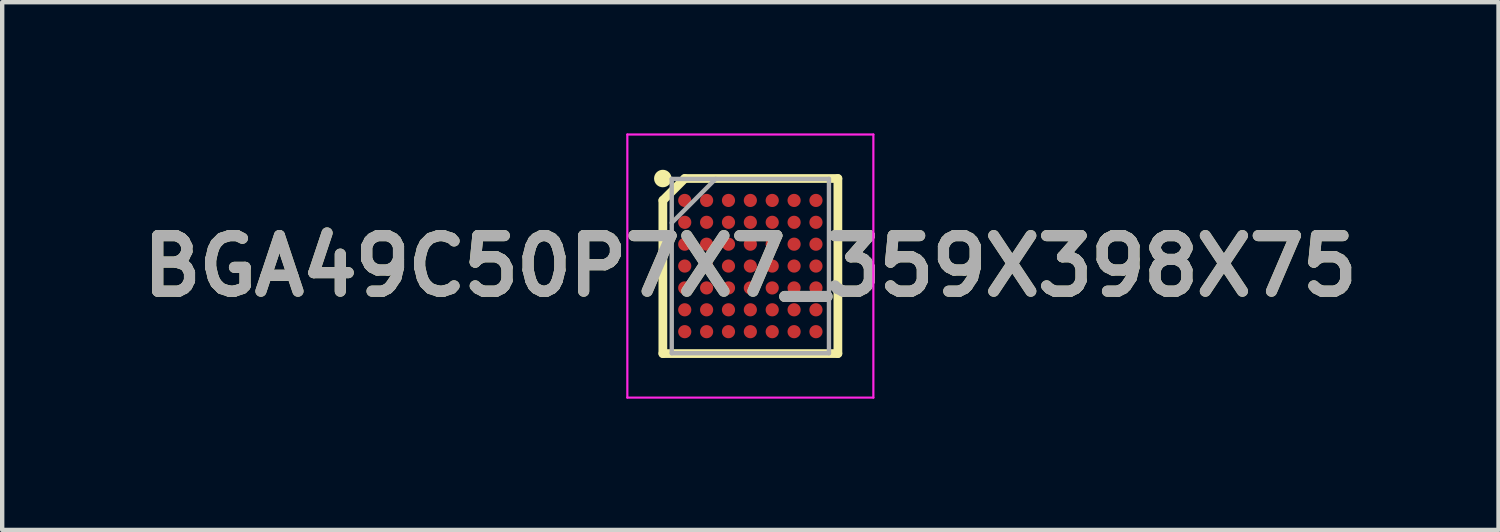
<source format=kicad_pcb>
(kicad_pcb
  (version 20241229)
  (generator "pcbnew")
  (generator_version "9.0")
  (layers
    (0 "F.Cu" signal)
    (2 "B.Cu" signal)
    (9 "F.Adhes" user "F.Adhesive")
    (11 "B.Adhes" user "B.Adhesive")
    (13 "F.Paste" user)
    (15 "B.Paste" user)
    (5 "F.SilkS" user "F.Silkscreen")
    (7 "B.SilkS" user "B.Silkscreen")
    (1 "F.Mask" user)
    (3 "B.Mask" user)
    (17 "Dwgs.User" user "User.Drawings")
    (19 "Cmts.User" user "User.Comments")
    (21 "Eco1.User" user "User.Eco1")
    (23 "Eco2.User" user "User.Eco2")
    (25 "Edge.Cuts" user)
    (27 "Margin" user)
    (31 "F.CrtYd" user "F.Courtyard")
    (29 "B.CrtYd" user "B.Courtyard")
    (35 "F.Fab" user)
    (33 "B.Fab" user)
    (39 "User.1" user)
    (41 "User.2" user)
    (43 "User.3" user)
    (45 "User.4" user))
  (footprint "BGA49C50P7X7_359X398X75"
    (layer "F.Cu")
    (at 14.103 3.032)
    (property "Reference" "BGA49C50P7X7_359X398X75" (at 0 0 0) (layer "F.SilkS") (effects (font (size 1.27 1.27) (thickness 0.254))))
    (attr smd)
    (fp_line (start -2 -1.501) (end -1.499 -2.002) (stroke (width 0.2) (type solid)) (layer "F.SilkS"))
    (fp_line (start -2 2) (end -2 -1.501) (stroke (width 0.2) (type solid)) (layer "F.SilkS"))
    (fp_line (start -1.5 -2.001) (end 2.001 -2.001) (stroke (width 0.2) (type solid)) (layer "F.SilkS"))
    (fp_line (start 2.001 -2.001) (end 2.001 2) (stroke (width 0.2) (type solid)) (layer "F.SilkS"))
    (fp_line (start 2.001 2) (end -2 2) (stroke (width 0.2) (type solid)) (layer "F.SilkS"))
    (fp_circle (center -2.001 -2.001) (end -2.001 -1.901) (stroke (width 0.2) (type solid)) (fill no) (layer "F.SilkS"))
    (fp_line (start -2.812 -3.007) (end 2.812 -3.007) (stroke (width 0.05) (type solid)) (layer "F.CrtYd"))
    (fp_line (start -2.812 3.007) (end -2.812 -3.007) (stroke (width 0.05) (type solid)) (layer "F.CrtYd"))
    (fp_line (start 2.812 -3.007) (end 2.812 3.007) (stroke (width 0.05) (type solid)) (layer "F.CrtYd"))
    (fp_line (start 2.812 3.007) (end -2.812 3.007) (stroke (width 0.05) (type solid)) (layer "F.CrtYd"))
    (fp_line (start -1.797 -1.992) (end 1.797 -1.992) (stroke (width 0.1) (type solid)) (layer "F.Fab"))
    (fp_line (start -1.797 -0.988) (end -0.793 -1.992) (stroke (width 0.1) (type solid)) (layer "F.Fab"))
    (fp_line (start -1.797 1.992) (end -1.797 -1.992) (stroke (width 0.1) (type solid)) (layer "F.Fab"))
    (fp_line (start 1.797 -1.992) (end 1.797 1.992) (stroke (width 0.1) (type solid)) (layer "F.Fab"))
    (fp_line (start 1.797 1.992) (end -1.797 1.992) (stroke (width 0.1) (type solid)) (layer "F.Fab"))
    (fp_text user "${REFERENCE}" (at 0 0 0) (layer "F.Fab") (effects (font (size 1.27 1.27) (thickness 0.254))))
    (pad "A1" smd circle (at -1.5 -1.5 90) (size 0.301 0.301) (layers "F.Cu" "F.Mask" "F.Paste"))
    (pad "A2" smd circle (at -1 -1.5 90) (size 0.301 0.301) (layers "F.Cu" "F.Mask" "F.Paste"))
    (pad "A3" smd circle (at -0.5 -1.5 90) (size 0.301 0.301) (layers "F.Cu" "F.Mask" "F.Paste"))
    (pad "A4" smd circle (at 0 -1.5 90) (size 0.301 0.301) (layers "F.Cu" "F.Mask" "F.Paste"))
    (pad "A5" smd circle (at 0.5 -1.5 90) (size 0.301 0.301) (layers "F.Cu" "F.Mask" "F.Paste"))
    (pad "A6" smd circle (at 1 -1.5 90) (size 0.301 0.301) (layers "F.Cu" "F.Mask" "F.Paste"))
    (pad "A7" smd circle (at 1.5 -1.5 90) (size 0.301 0.301) (layers "F.Cu" "F.Mask" "F.Paste"))
    (pad "B1" smd circle (at -1.5 -1 90) (size 0.301 0.301) (layers "F.Cu" "F.Mask" "F.Paste"))
    (pad "B2" smd circle (at -1 -1 90) (size 0.301 0.301) (layers "F.Cu" "F.Mask" "F.Paste"))
    (pad "B3" smd circle (at -0.5 -1 90) (size 0.301 0.301) (layers "F.Cu" "F.Mask" "F.Paste"))
    (pad "B4" smd circle (at 0 -1 90) (size 0.301 0.301) (layers "F.Cu" "F.Mask" "F.Paste"))
    (pad "B5" smd circle (at 0.5 -1 90) (size 0.301 0.301) (layers "F.Cu" "F.Mask" "F.Paste"))
    (pad "B6" smd circle (at 1 -1 90) (size 0.301 0.301) (layers "F.Cu" "F.Mask" "F.Paste"))
    (pad "B7" smd circle (at 1.5 -1 90) (size 0.301 0.301) (layers "F.Cu" "F.Mask" "F.Paste"))
    (pad "C1" smd circle (at -1.5 -0.5 90) (size 0.301 0.301) (layers "F.Cu" "F.Mask" "F.Paste"))
    (pad "C2" smd circle (at -1 -0.5 90) (size 0.301 0.301) (layers "F.Cu" "F.Mask" "F.Paste"))
    (pad "C3" smd circle (at -0.5 -0.5 90) (size 0.301 0.301) (layers "F.Cu" "F.Mask" "F.Paste"))
    (pad "C4" smd circle (at 0 -0.5 90) (size 0.301 0.301) (layers "F.Cu" "F.Mask" "F.Paste"))
    (pad "C5" smd circle (at 0.5 -0.5 90) (size 0.301 0.301) (layers "F.Cu" "F.Mask" "F.Paste"))
    (pad "C6" smd circle (at 1 -0.5 90) (size 0.301 0.301) (layers "F.Cu" "F.Mask" "F.Paste"))
    (pad "C7" smd circle (at 1.5 -0.5 90) (size 0.301 0.301) (layers "F.Cu" "F.Mask" "F.Paste"))
    (pad "D1" smd circle (at -1.5 0 90) (size 0.301 0.301) (layers "F.Cu" "F.Mask" "F.Paste"))
    (pad "D2" smd circle (at -1 0 90) (size 0.301 0.301) (layers "F.Cu" "F.Mask" "F.Paste"))
    (pad "D3" smd circle (at -0.5 0 90) (size 0.301 0.301) (layers "F.Cu" "F.Mask" "F.Paste"))
    (pad "D4" smd circle (at 0 0 90) (size 0.301 0.301) (layers "F.Cu" "F.Mask" "F.Paste"))
    (pad "D5" smd circle (at 0.5 0 90) (size 0.301 0.301) (layers "F.Cu" "F.Mask" "F.Paste"))
    (pad "D6" smd circle (at 1 0 90) (size 0.301 0.301) (layers "F.Cu" "F.Mask" "F.Paste"))
    (pad "D7" smd circle (at 1.5 0 90) (size 0.301 0.301) (layers "F.Cu" "F.Mask" "F.Paste"))
    (pad "E1" smd circle (at -1.5 0.5 90) (size 0.301 0.301) (layers "F.Cu" "F.Mask" "F.Paste"))
    (pad "E2" smd circle (at -1 0.5 90) (size 0.301 0.301) (layers "F.Cu" "F.Mask" "F.Paste"))
    (pad "E3" smd circle (at -0.5 0.5 90) (size 0.301 0.301) (layers "F.Cu" "F.Mask" "F.Paste"))
    (pad "E4" smd circle (at 0 0.5 90) (size 0.301 0.301) (layers "F.Cu" "F.Mask" "F.Paste"))
    (pad "E5" smd circle (at 0.5 0.5 90) (size 0.301 0.301) (layers "F.Cu" "F.Mask" "F.Paste"))
    (pad "E6" smd circle (at 1 0.5 90) (size 0.301 0.301) (layers "F.Cu" "F.Mask" "F.Paste"))
    (pad "E7" smd circle (at 1.5 0.5 90) (size 0.301 0.301) (layers "F.Cu" "F.Mask" "F.Paste"))
    (pad "F1" smd circle (at -1.5 1 90) (size 0.301 0.301) (layers "F.Cu" "F.Mask" "F.Paste"))
    (pad "F2" smd circle (at -1 1 90) (size 0.301 0.301) (layers "F.Cu" "F.Mask" "F.Paste"))
    (pad "F3" smd circle (at -0.5 1 90) (size 0.301 0.301) (layers "F.Cu" "F.Mask" "F.Paste"))
    (pad "F4" smd circle (at 0 1 90) (size 0.301 0.301) (layers "F.Cu" "F.Mask" "F.Paste"))
    (pad "F5" smd circle (at 0.5 1 90) (size 0.301 0.301) (layers "F.Cu" "F.Mask" "F.Paste"))
    (pad "F6" smd circle (at 1 1 90) (size 0.301 0.301) (layers "F.Cu" "F.Mask" "F.Paste"))
    (pad "F7" smd circle (at 1.5 1 90) (size 0.301 0.301) (layers "F.Cu" "F.Mask" "F.Paste"))
    (pad "G1" smd circle (at -1.5 1.5 90) (size 0.301 0.301) (layers "F.Cu" "F.Mask" "F.Paste"))
    (pad "G2" smd circle (at -1 1.5 90) (size 0.301 0.301) (layers "F.Cu" "F.Mask" "F.Paste"))
    (pad "G3" smd circle (at -0.5 1.5 90) (size 0.301 0.301) (layers "F.Cu" "F.Mask" "F.Paste"))
    (pad "G4" smd circle (at 0 1.5 90) (size 0.301 0.301) (layers "F.Cu" "F.Mask" "F.Paste"))
    (pad "G5" smd circle (at 0.5 1.5 90) (size 0.301 0.301) (layers "F.Cu" "F.Mask" "F.Paste"))
    (pad "G6" smd circle (at 1 1.5 90) (size 0.301 0.301) (layers "F.Cu" "F.Mask" "F.Paste"))
    (pad "G7" smd circle (at 1.5 1.5 90) (size 0.301 0.301) (layers "F.Cu" "F.Mask" "F.Paste")))
  (gr_rect
    (start -3 -3)
    (end 31.206 9.064)
    (stroke (width 0.1) (type default))
    (fill no)
    (layer "Edge.Cuts")))
</source>
